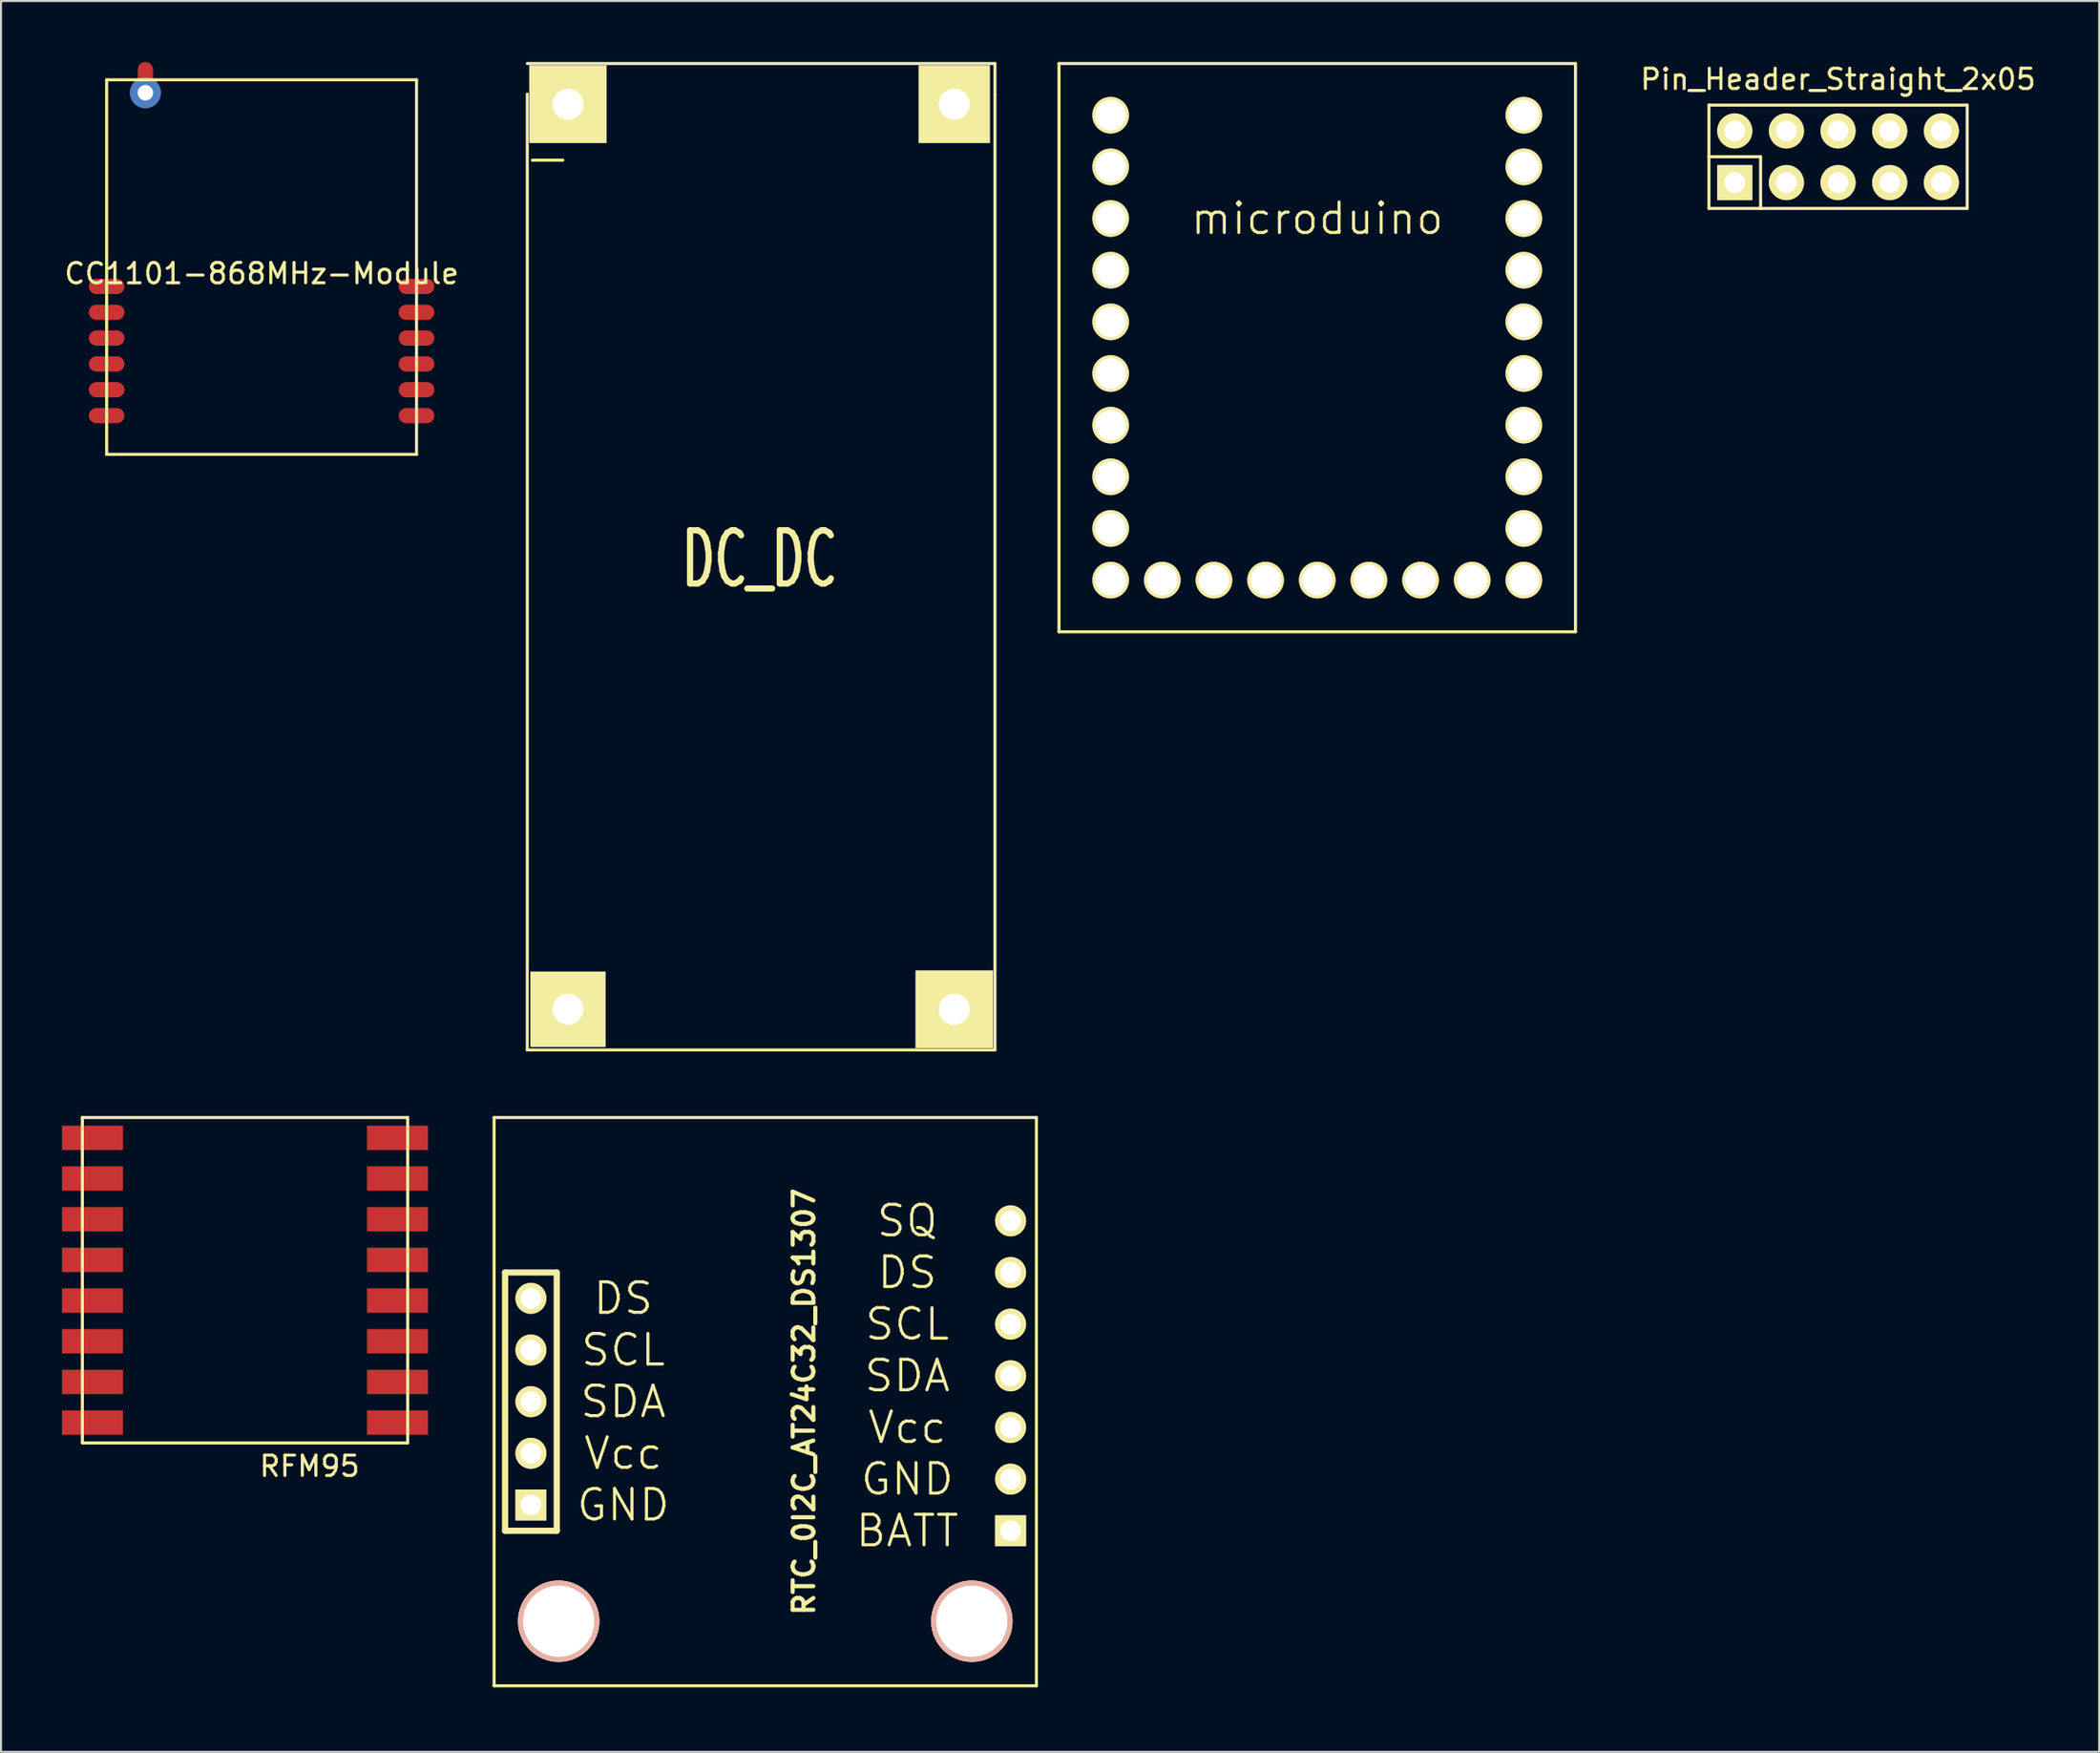
<source format=kicad_pcb>
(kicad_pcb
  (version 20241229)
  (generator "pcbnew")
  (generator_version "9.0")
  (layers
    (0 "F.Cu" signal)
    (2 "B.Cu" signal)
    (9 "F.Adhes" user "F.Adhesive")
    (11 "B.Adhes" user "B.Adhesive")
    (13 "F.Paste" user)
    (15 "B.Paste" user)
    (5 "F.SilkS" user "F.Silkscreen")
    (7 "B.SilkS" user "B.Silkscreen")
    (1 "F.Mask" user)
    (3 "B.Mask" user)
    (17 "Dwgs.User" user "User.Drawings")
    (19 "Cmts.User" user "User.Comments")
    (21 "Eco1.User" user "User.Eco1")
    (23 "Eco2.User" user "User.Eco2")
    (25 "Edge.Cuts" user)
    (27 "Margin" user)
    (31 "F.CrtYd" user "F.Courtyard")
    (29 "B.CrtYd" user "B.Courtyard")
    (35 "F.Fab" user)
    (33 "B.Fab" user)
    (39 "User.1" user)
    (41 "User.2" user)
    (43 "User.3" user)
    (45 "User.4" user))
  (footprint "DC_DC"
    (layer "F.Cu")
    (at 22.881 48.575)
    (property "Reference" "DC_DC" (at 11.43 -24.13 0) (layer "F.SilkS") (effects (font (size 2.616 1.598) (thickness 0.305))))
    (attr through_hole)
    (fp_line (start 0 -47) (end 0 0) (stroke (width 0.15) (type solid)) (layer "F.SilkS"))
    (fp_line (start 0 0) (end 23 0) (stroke (width 0.15) (type solid)) (layer "F.SilkS"))
    (fp_line (start 0.25 -43.75) (end 1.75 -43.75) (stroke (width 0.15) (type solid)) (layer "F.SilkS"))
    (fp_line (start 23 -48.5) (end 0 -48.5) (stroke (width 0.15) (type solid)) (layer "F.SilkS"))
    (fp_line (start 23 -48.5) (end 23 -47) (stroke (width 0.15) (type solid)) (layer "F.SilkS"))
    (fp_line (start 23 0) (end 23 -47) (stroke (width 0.15) (type solid)) (layer "F.SilkS"))
    (pad "1" thru_hole rect (at 2 -2 90) (size 3.7 3.7) (drill 1.524) (layers "*.Cu" "*.Mask" "F.SilkS"))
    (pad "2" thru_hole rect (at 21 -2 90) (size 3.81 3.81) (drill 1.524) (layers "*.Cu" "*.Mask" "F.SilkS"))
    (pad "3" thru_hole rect (at 2 -46.5 90) (size 3.81 3.8) (drill 1.524) (layers "*.Cu" "*.Mask" "F.SilkS"))
    (pad "4" thru_hole rect (at 21 -46.5) (size 3.5 3.81) (drill 1.524) (layers "*.Cu" "*.Mask" "F.SilkS")))
  (footprint "RFM95"
    (layer "F.Cu")
    (at 9 59.9)
    (property "Reference" "RFM95" (at 3.175 9.144 0) (layer "F.SilkS") (effects (font (size 1 1) (thickness 0.15))))
    (attr through_hole)
    (fp_line (start -8 -8) (end -8 8) (stroke (width 0.15) (type solid)) (layer "F.SilkS"))
    (fp_line (start -8 8) (end 8 8) (stroke (width 0.15) (type solid)) (layer "F.SilkS"))
    (fp_line (start 8 -8) (end -8 -8) (stroke (width 0.15) (type solid)) (layer "F.SilkS"))
    (fp_line (start 8 8) (end 8 -8) (stroke (width 0.15) (type solid)) (layer "F.SilkS"))
    (pad "1" smd rect (at -7.5 -7) (size 3 1.2) (layers "F.Cu" "F.Mask" "F.Paste"))
    (pad "2" smd rect (at -7.5 -5) (size 3 1.2) (layers "F.Cu" "F.Mask" "F.Paste"))
    (pad "3" smd rect (at -7.5 -3) (size 3 1.2) (layers "F.Cu" "F.Mask" "F.Paste"))
    (pad "4" smd rect (at -7.5 -1) (size 3 1.2) (layers "F.Cu" "F.Mask" "F.Paste"))
    (pad "5" smd rect (at -7.5 1) (size 3 1.2) (layers "F.Cu" "F.Mask" "F.Paste"))
    (pad "6" smd rect (at -7.5 3) (size 3 1.2) (layers "F.Cu" "F.Mask" "F.Paste"))
    (pad "7" smd rect (at -7.5 5) (size 3 1.2) (layers "F.Cu" "F.Mask" "F.Paste"))
    (pad "8" smd rect (at -7.5 7) (size 3 1.2) (layers "F.Cu" "F.Mask" "F.Paste"))
    (pad "9" smd rect (at 7.5 7) (size 3 1.2) (layers "F.Cu" "F.Mask" "F.Paste"))
    (pad "10" smd rect (at 7.5 5) (size 3 1.2) (layers "F.Cu" "F.Mask" "F.Paste"))
    (pad "11" smd rect (at 7.5 3) (size 3 1.2) (layers "F.Cu" "F.Mask" "F.Paste"))
    (pad "12" smd rect (at 7.5 1) (size 3 1.2) (layers "F.Cu" "F.Mask" "F.Paste"))
    (pad "13" smd rect (at 7.5 -1) (size 3 1.2) (layers "F.Cu" "F.Mask" "F.Paste"))
    (pad "14" smd rect (at 7.5 -3) (size 3 1.2) (layers "F.Cu" "F.Mask" "F.Paste"))
    (pad "15" smd rect (at 7.5 -5) (size 3 1.2) (layers "F.Cu" "F.Mask" "F.Paste"))
    (pad "16" smd rect (at 7.5 -7) (size 3 1.2) (layers "F.Cu" "F.Mask" "F.Paste")))
  (footprint "Pin_Header_Straight_2x05"
    (layer "F.Cu")
    (at 87.345 4.658)
    (property "Reference" "Pin_Header_Straight_2x05" (at 0 -3.81 0) (layer "F.SilkS") (effects (font (size 1 1) (thickness 0.15))))
    (attr through_hole)
    (fp_line (start -6.35 -2.54) (end -6.35 0) (stroke (width 0.15) (type solid)) (layer "F.SilkS"))
    (fp_line (start -6.35 -2.54) (end 6.35 -2.54) (stroke (width 0.15) (type solid)) (layer "F.SilkS"))
    (fp_line (start -6.35 0) (end -3.81 0) (stroke (width 0.15) (type solid)) (layer "F.SilkS"))
    (fp_line (start -6.35 2.54) (end -6.35 0) (stroke (width 0.15) (type solid)) (layer "F.SilkS"))
    (fp_line (start -6.35 2.54) (end -3.81 2.54) (stroke (width 0.15) (type solid)) (layer "F.SilkS"))
    (fp_line (start -3.81 0) (end -3.81 2.54) (stroke (width 0.15) (type solid)) (layer "F.SilkS"))
    (fp_line (start 6.35 -2.54) (end 6.35 2.54) (stroke (width 0.15) (type solid)) (layer "F.SilkS"))
    (fp_line (start 6.35 2.54) (end -3.81 2.54) (stroke (width 0.15) (type solid)) (layer "F.SilkS"))
    (pad "1" thru_hole rect (at -5.08 1.27) (size 1.727 1.727) (drill 1.016) (layers "*.Cu" "*.Mask" "F.SilkS"))
    (pad "2" thru_hole oval (at -5.08 -1.27) (size 1.727 1.727) (drill 1.016) (layers "*.Cu" "*.Mask" "F.SilkS"))
    (pad "3" thru_hole oval (at -2.54 1.27) (size 1.727 1.727) (drill 1.016) (layers "*.Cu" "*.Mask" "F.SilkS"))
    (pad "4" thru_hole oval (at -2.54 -1.27) (size 1.727 1.727) (drill 1.016) (layers "*.Cu" "*.Mask" "F.SilkS"))
    (pad "5" thru_hole oval (at 0 1.27) (size 1.727 1.727) (drill 1.016) (layers "*.Cu" "*.Mask" "F.SilkS"))
    (pad "6" thru_hole oval (at 0 -1.27) (size 1.727 1.727) (drill 1.016) (layers "*.Cu" "*.Mask" "F.SilkS"))
    (pad "7" thru_hole oval (at 2.54 1.27) (size 1.727 1.727) (drill 1.016) (layers "*.Cu" "*.Mask" "F.SilkS"))
    (pad "8" thru_hole oval (at 2.54 -1.27) (size 1.727 1.727) (drill 1.016) (layers "*.Cu" "*.Mask" "F.SilkS"))
    (pad "9" thru_hole oval (at 5.08 1.27) (size 1.727 1.727) (drill 1.016) (layers "*.Cu" "*.Mask" "F.SilkS"))
    (pad "10" thru_hole oval (at 5.08 -1.27) (size 1.727 1.727) (drill 1.016) (layers "*.Cu" "*.Mask" "F.SilkS")))
  (footprint "microduino"
    (layer "F.Cu")
    (at 61.731 15.315)
    (property "Reference" "microduino" (at 0 -7.62 0) (layer "F.SilkS") (effects (font (size 1.5 1.5) (thickness 0.15))))
    (attr through_hole)
    (fp_line (start -12.7 -15.24) (end 12.7 -15.24) (stroke (width 0.15) (type solid)) (layer "F.SilkS"))
    (fp_line (start -12.7 12.7) (end -12.7 -15.24) (stroke (width 0.15) (type solid)) (layer "F.SilkS"))
    (fp_line (start 12.7 -15.24) (end 12.7 12.7) (stroke (width 0.15) (type solid)) (layer "F.SilkS"))
    (fp_line (start 12.7 12.7) (end -12.7 12.7) (stroke (width 0.15) (type solid)) (layer "F.SilkS"))
    (pad "1" thru_hole circle (at 10.16 -12.7) (size 1.8 1.8) (drill 1.5) (layers "*.Cu" "*.Mask" "F.SilkS"))
    (pad "2" thru_hole circle (at 10.16 -10.16) (size 1.8 1.8) (drill 1.5) (layers "*.Cu" "*.Mask" "F.SilkS"))
    (pad "3" thru_hole circle (at 10.16 -7.62) (size 1.8 1.8) (drill 1.5) (layers "*.Cu" "*.Mask" "F.SilkS"))
    (pad "4" thru_hole circle (at 10.16 -5.08) (size 1.8 1.8) (drill 1.5) (layers "*.Cu" "*.Mask" "F.SilkS"))
    (pad "5" thru_hole circle (at 10.16 -2.54) (size 1.8 1.8) (drill 1.5) (layers "*.Cu" "*.Mask" "F.SilkS"))
    (pad "6" thru_hole circle (at 10.16 0) (size 1.8 1.8) (drill 1.5) (layers "*.Cu" "*.Mask" "F.SilkS"))
    (pad "7" thru_hole circle (at 10.16 2.54) (size 1.8 1.8) (drill 1.5) (layers "*.Cu" "*.Mask" "F.SilkS"))
    (pad "8" thru_hole circle (at 10.16 5.08) (size 1.8 1.8) (drill 1.5) (layers "*.Cu" "*.Mask" "F.SilkS"))
    (pad "9" thru_hole circle (at 10.16 7.62) (size 1.8 1.8) (drill 1.5) (layers "*.Cu" "*.Mask" "F.SilkS"))
    (pad "10" thru_hole circle (at 10.16 10.16) (size 1.8 1.8) (drill 1.5) (layers "*.Cu" "*.Mask" "F.SilkS"))
    (pad "11" thru_hole circle (at 7.62 10.16) (size 1.8 1.8) (drill 1.5) (layers "*.Cu" "*.Mask" "F.SilkS"))
    (pad "12" thru_hole circle (at 5.08 10.16) (size 1.8 1.8) (drill 1.5) (layers "*.Cu" "*.Mask" "F.SilkS"))
    (pad "13" thru_hole circle (at 2.54 10.16) (size 1.8 1.8) (drill 1.5) (layers "*.Cu" "*.Mask" "F.SilkS"))
    (pad "14" thru_hole circle (at 0 10.16) (size 1.8 1.8) (drill 1.5) (layers "*.Cu" "*.Mask" "F.SilkS"))
    (pad "15" thru_hole circle (at -2.54 10.16) (size 1.8 1.8) (drill 1.5) (layers "*.Cu" "*.Mask" "F.SilkS"))
    (pad "16" thru_hole circle (at -5.08 10.16) (size 1.8 1.8) (drill 1.5) (layers "*.Cu" "*.Mask" "F.SilkS"))
    (pad "17" thru_hole circle (at -7.62 10.16) (size 1.8 1.8) (drill 1.5) (layers "*.Cu" "*.Mask" "F.SilkS"))
    (pad "18" thru_hole circle (at -10.16 10.16) (size 1.8 1.8) (drill 1.5) (layers "*.Cu" "*.Mask" "F.SilkS"))
    (pad "19" thru_hole circle (at -10.16 7.62) (size 1.8 1.8) (drill 1.5) (layers "*.Cu" "*.Mask" "F.SilkS"))
    (pad "20" thru_hole circle (at -10.16 5.08) (size 1.8 1.8) (drill 1.5) (layers "*.Cu" "*.Mask" "F.SilkS"))
    (pad "21" thru_hole circle (at -10.16 2.54) (size 1.8 1.8) (drill 1.5) (layers "*.Cu" "*.Mask" "F.SilkS"))
    (pad "22" thru_hole circle (at -10.16 0) (size 1.8 1.8) (drill 1.5) (layers "*.Cu" "*.Mask" "F.SilkS"))
    (pad "23" thru_hole circle (at -10.16 -2.54) (size 1.8 1.8) (drill 1.5) (layers "*.Cu" "*.Mask" "F.SilkS"))
    (pad "24" thru_hole circle (at -10.16 -5.08) (size 1.8 1.8) (drill 1.5) (layers "*.Cu" "*.Mask" "F.SilkS"))
    (pad "25" thru_hole circle (at -10.16 -7.62) (size 1.8 1.8) (drill 1.5) (layers "*.Cu" "*.Mask" "F.SilkS"))
    (pad "26" thru_hole circle (at -10.16 -10.16) (size 1.8 1.8) (drill 1.5) (layers "*.Cu" "*.Mask" "F.SilkS"))
    (pad "27" thru_hole circle (at -10.16 -12.7) (size 1.8 1.8) (drill 1.5) (layers "*.Cu" "*.Mask" "F.SilkS")))
  (footprint "RTC_0I2C_AT24C32_DS1307"
    (layer "F.Cu")
    (at 21.25 79.84)
    (property "Reference" "RTC_0I2C_AT24C32_DS1307" (at 15.24 -13.97 270) (layer "F.SilkS") (effects (font (size 1.016 1.016) (thickness 0.203))))
    (attr through_hole)
    (fp_line (start 0 -27.94) (end 0 0) (stroke (width 0.15) (type solid)) (layer "F.SilkS"))
    (fp_line (start 0 0) (end 26.67 0) (stroke (width 0.15) (type solid)) (layer "F.SilkS"))
    (fp_line (start 0.54 -20.32) (end 0.54 -7.62) (stroke (width 0.305) (type solid)) (layer "F.SilkS"))
    (fp_line (start 0.54 -20.32) (end 3.08 -20.32) (stroke (width 0.305) (type solid)) (layer "F.SilkS"))
    (fp_line (start 3.08 -7.62) (end 0.54 -7.62) (stroke (width 0.305) (type solid)) (layer "F.SilkS"))
    (fp_line (start 3.08 -7.62) (end 3.08 -20.32) (stroke (width 0.305) (type solid)) (layer "F.SilkS"))
    (fp_line (start 26.67 -27.94) (end 0 -27.94) (stroke (width 0.15) (type solid)) (layer "F.SilkS"))
    (fp_line (start 26.67 0) (end 26.67 -27.94) (stroke (width 0.15) (type solid)) (layer "F.SilkS"))
    (fp_text user "SCL" (at 20.32 -17.78 0) (layer "F.SilkS") (effects (font (size 1.5 1.5) (thickness 0.15))))
    (fp_text user "GND" (at 6.35 -8.89 0) (layer "F.SilkS") (effects (font (size 1.5 1.5) (thickness 0.15))))
    (fp_text user "Vcc" (at 6.35 -11.43 0) (layer "F.SilkS") (effects (font (size 1.5 1.5) (thickness 0.15))))
    (fp_text user "Vcc" (at 20.32 -12.7 0) (layer "F.SilkS") (effects (font (size 1.5 1.5) (thickness 0.15))))
    (fp_text user "GND" (at 20.32 -10.16 0) (layer "F.SilkS") (effects (font (size 1.5 1.5) (thickness 0.15))))
    (fp_text user "BATT" (at 20.32 -7.62 0) (layer "F.SilkS") (effects (font (size 1.5 1.5) (thickness 0.15))))
    (fp_text user "SDA" (at 6.35 -13.97 0) (layer "F.SilkS") (effects (font (size 1.5 1.5) (thickness 0.15))))
    (fp_text user "DS" (at 20.32 -20.32 0) (layer "F.SilkS") (effects (font (size 1.5 1.5) (thickness 0.15))))
    (fp_text user "SQ" (at 20.32 -22.86 0) (layer "F.SilkS") (effects (font (size 1.5 1.5) (thickness 0.15))))
    (fp_text user "SCL" (at 6.35 -16.51 0) (layer "F.SilkS") (effects (font (size 1.5 1.5) (thickness 0.15))))
    (fp_text user "SDA" (at 20.32 -15.24 0) (layer "F.SilkS") (effects (font (size 1.5 1.5) (thickness 0.15))))
    (fp_text user "DS" (at 6.35 -19.05 0) (layer "F.SilkS") (effects (font (size 1.5 1.5) (thickness 0.15))))
    (pad "" np_thru_hole circle (at 3.175 -3.175 90) (size 4 4) (drill 3.5) (layers "*.Cu" "*.SilkS" "*.Mask"))
    (pad "" np_thru_hole circle (at 23.495 -3.175 90) (size 4 4) (drill 3.5) (layers "*.Cu" "*.SilkS" "*.Mask"))
    (pad "1" thru_hole rect (at 1.81 -8.89 90) (size 1.524 1.524) (drill 1.016) (layers "*.Cu" "*.Mask" "F.SilkS"))
    (pad "2" thru_hole circle (at 1.81 -11.43 90) (size 1.524 1.524) (drill 1.016) (layers "*.Cu" "*.Mask" "F.SilkS"))
    (pad "3" thru_hole circle (at 1.81 -13.97 90) (size 1.524 1.524) (drill 1.016) (layers "*.Cu" "*.Mask" "F.SilkS"))
    (pad "4" thru_hole circle (at 1.81 -16.51 90) (size 1.524 1.524) (drill 1.016) (layers "*.Cu" "*.Mask" "F.SilkS"))
    (pad "5" thru_hole circle (at 1.81 -19.05 90) (size 1.524 1.524) (drill 1.016) (layers "*.Cu" "*.Mask" "F.SilkS"))
    (pad "6" thru_hole rect (at 25.4 -7.62 90) (size 1.524 1.524) (drill 1.016) (layers "*.Cu" "*.Mask" "F.SilkS"))
    (pad "7" thru_hole circle (at 25.4 -10.16 90) (size 1.524 1.524) (drill 1.016) (layers "*.Cu" "*.Mask" "F.SilkS"))
    (pad "8" thru_hole circle (at 25.4 -12.7 90) (size 1.524 1.524) (drill 1.016) (layers "*.Cu" "*.Mask" "F.SilkS"))
    (pad "9" thru_hole circle (at 25.4 -15.24 90) (size 1.524 1.524) (drill 1.016) (layers "*.Cu" "*.Mask" "F.SilkS"))
    (pad "10" thru_hole circle (at 25.4 -17.78 90) (size 1.524 1.524) (drill 1.016) (layers "*.Cu" "*.Mask" "F.SilkS"))
    (pad "11" thru_hole circle (at 25.4 -20.32 90) (size 1.524 1.524) (drill 1.016) (layers "*.Cu" "*.Mask" "F.SilkS"))
    (pad "12" thru_hole circle (at 25.4 -22.86 90) (size 1.524 1.524) (drill 1.016) (layers "*.Cu" "*.Mask" "F.SilkS")))
  (footprint "CC1101-868MHz-Module"
    (layer "F.Cu")
    (at 9.815 10.4)
    (property "Reference" "CC1101-868MHz-Module" (at 0 0 0) (layer "F.SilkS") (effects (font (size 1 1) (thickness 0.15))))
    (attr through_hole)
    (fp_line (start -7.62 8.89) (end -7.62 -9.525) (stroke (width 0.15) (type solid)) (layer "F.SilkS"))
    (fp_line (start -7.62 8.89) (end 7.62 8.89) (stroke (width 0.15) (type solid)) (layer "F.SilkS"))
    (fp_line (start 7.62 -9.525) (end -7.62 -9.525) (stroke (width 0.15) (type solid)) (layer "F.SilkS"))
    (fp_line (start 7.62 -9.525) (end 7.62 8.89) (stroke (width 0.15) (type solid)) (layer "F.SilkS"))
    (pad "1" smd oval (at -7.62 0.635) (size 1.75 0.75) (layers "F.Cu" "F.Mask" "F.Paste"))
    (pad "2" smd oval (at -7.62 1.905) (size 1.75 0.75) (layers "F.Cu" "F.Mask" "F.Paste"))
    (pad "3" smd oval (at -7.62 3.175) (size 1.75 0.75) (layers "F.Cu" "F.Mask" "F.Paste"))
    (pad "4" smd oval (at -7.62 4.445) (size 1.75 0.75) (layers "F.Cu" "F.Mask" "F.Paste"))
    (pad "5" smd oval (at -7.62 5.715) (size 1.75 0.75) (layers "F.Cu" "F.Mask" "F.Paste"))
    (pad "6" smd oval (at -7.62 6.985) (size 1.75 0.75) (layers "F.Cu" "F.Mask" "F.Paste"))
    (pad "7" smd oval (at 7.62 6.985) (size 1.75 0.75) (layers "F.Cu" "F.Mask" "F.Paste"))
    (pad "8" smd oval (at 7.62 5.715) (size 1.75 0.75) (layers "F.Cu" "F.Mask" "F.Paste"))
    (pad "9" smd oval (at 7.62 4.445) (size 1.75 0.75) (layers "F.Cu" "F.Mask" "F.Paste"))
    (pad "10" smd oval (at 7.62 3.175) (size 1.75 0.75) (layers "F.Cu" "F.Mask" "F.Paste"))
    (pad "11" smd oval (at 7.62 1.905) (size 1.75 0.75) (layers "F.Cu" "F.Mask" "F.Paste"))
    (pad "12" smd oval (at 7.62 0.635) (size 1.75 0.75) (layers "F.Cu" "F.Mask" "F.Paste"))
    (pad "ANT" smd oval (at -5.715 -9.525 90) (size 1.75 0.75) (layers "F.Cu" "F.Mask" "F.Paste"))
    (pad "ANT" thru_hole circle (at -5.715 -8.89) (size 1.524 1.524) (drill 0.762) (layers "*.Cu" "*.Mask")))
  (gr_rect
    (start -3 -3)
    (end 100.185 83.09)
    (stroke (width 0.1) (type default))
    (fill no)
    (layer "Edge.Cuts")))
</source>
